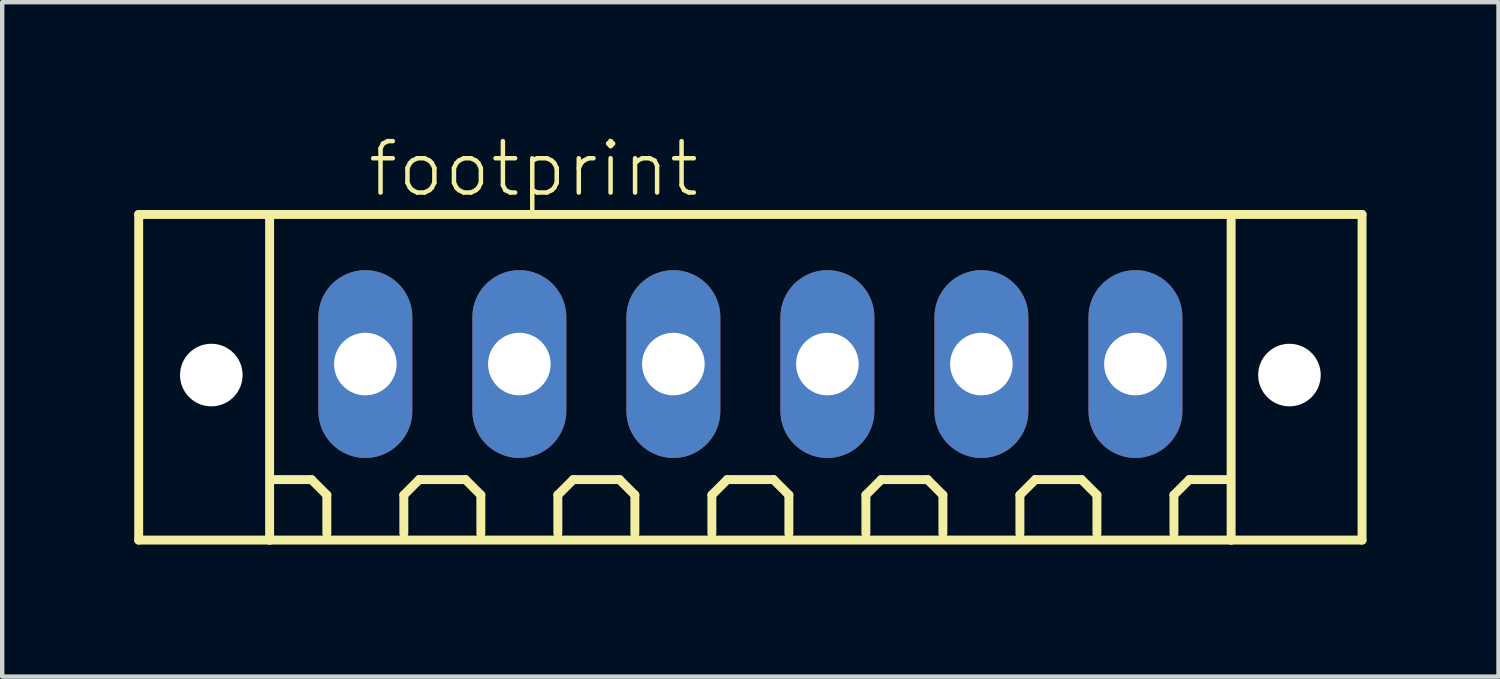
<source format=kicad_pcb>
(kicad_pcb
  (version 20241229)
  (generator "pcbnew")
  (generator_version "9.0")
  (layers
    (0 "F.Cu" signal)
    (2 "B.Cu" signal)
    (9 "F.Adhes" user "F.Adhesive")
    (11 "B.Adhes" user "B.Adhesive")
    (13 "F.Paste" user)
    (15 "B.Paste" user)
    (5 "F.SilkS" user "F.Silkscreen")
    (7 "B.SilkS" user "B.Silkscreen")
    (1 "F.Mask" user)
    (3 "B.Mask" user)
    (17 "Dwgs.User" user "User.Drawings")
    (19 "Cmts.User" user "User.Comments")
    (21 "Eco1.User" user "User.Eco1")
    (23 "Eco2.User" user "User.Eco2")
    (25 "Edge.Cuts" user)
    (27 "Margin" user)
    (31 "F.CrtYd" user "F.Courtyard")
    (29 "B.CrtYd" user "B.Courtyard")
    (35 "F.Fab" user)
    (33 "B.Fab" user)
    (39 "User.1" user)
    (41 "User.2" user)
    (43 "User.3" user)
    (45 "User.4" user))
  (footprint "footprint"
    (layer "F.Cu")
    (at 14.002 5.223)
    (property "Reference" "footprint" (at -8.75 -3.75 0) (layer "F.SilkS") (effects (font (size 1.168 1.168) (thickness 0.102)) (justify left bottom)))
    (fp_line (start -13.9 -3.4) (end -10.925 -3.4) (stroke (width 0.203) (type solid)) (layer "F.SilkS"))
    (fp_line (start -13.9 4) (end -13.9 -3.4) (stroke (width 0.203) (type solid)) (layer "F.SilkS"))
    (fp_line (start -10.925 -3.4) (end 10.925 -3.4) (stroke (width 0.203) (type solid)) (layer "F.SilkS"))
    (fp_line (start -10.925 4) (end -13.9 4) (stroke (width 0.203) (type solid)) (layer "F.SilkS"))
    (fp_line (start -10.925 4) (end -10.925 -3.4) (stroke (width 0.203) (type solid)) (layer "F.SilkS"))
    (fp_line (start -9.975 2.625) (end -10.85 2.625) (stroke (width 0.203) (type solid)) (layer "F.SilkS"))
    (fp_line (start -9.625 2.975) (end -9.975 2.625) (stroke (width 0.203) (type solid)) (layer "F.SilkS"))
    (fp_line (start -9.625 3.85) (end -9.625 2.975) (stroke (width 0.203) (type solid)) (layer "F.SilkS"))
    (fp_line (start -7.875 2.975) (end -7.525 2.625) (stroke (width 0.203) (type solid)) (layer "F.SilkS"))
    (fp_line (start -7.875 3.85) (end -7.875 2.975) (stroke (width 0.203) (type solid)) (layer "F.SilkS"))
    (fp_line (start -7.525 2.625) (end -6.475 2.625) (stroke (width 0.203) (type solid)) (layer "F.SilkS"))
    (fp_line (start -6.475 2.625) (end -6.125 2.975) (stroke (width 0.203) (type solid)) (layer "F.SilkS"))
    (fp_line (start -6.125 2.975) (end -6.125 3.85) (stroke (width 0.203) (type solid)) (layer "F.SilkS"))
    (fp_line (start -4.375 2.975) (end -4.025 2.625) (stroke (width 0.203) (type solid)) (layer "F.SilkS"))
    (fp_line (start -4.375 3.85) (end -4.375 2.975) (stroke (width 0.203) (type solid)) (layer "F.SilkS"))
    (fp_line (start -4.025 2.625) (end -2.975 2.625) (stroke (width 0.203) (type solid)) (layer "F.SilkS"))
    (fp_line (start -2.975 2.625) (end -2.625 2.975) (stroke (width 0.203) (type solid)) (layer "F.SilkS"))
    (fp_line (start -2.625 2.975) (end -2.625 3.85) (stroke (width 0.203) (type solid)) (layer "F.SilkS"))
    (fp_line (start -0.875 2.975) (end -0.525 2.625) (stroke (width 0.203) (type solid)) (layer "F.SilkS"))
    (fp_line (start -0.875 3.85) (end -0.875 2.975) (stroke (width 0.203) (type solid)) (layer "F.SilkS"))
    (fp_line (start -0.525 2.625) (end 0.525 2.625) (stroke (width 0.203) (type solid)) (layer "F.SilkS"))
    (fp_line (start 0.525 2.625) (end 0.875 2.975) (stroke (width 0.203) (type solid)) (layer "F.SilkS"))
    (fp_line (start 0.875 2.975) (end 0.875 3.85) (stroke (width 0.203) (type solid)) (layer "F.SilkS"))
    (fp_line (start 2.625 2.975) (end 2.975 2.625) (stroke (width 0.203) (type solid)) (layer "F.SilkS"))
    (fp_line (start 2.625 3.85) (end 2.625 2.975) (stroke (width 0.203) (type solid)) (layer "F.SilkS"))
    (fp_line (start 2.975 2.625) (end 4.025 2.625) (stroke (width 0.203) (type solid)) (layer "F.SilkS"))
    (fp_line (start 4.025 2.625) (end 4.375 2.975) (stroke (width 0.203) (type solid)) (layer "F.SilkS"))
    (fp_line (start 4.375 2.975) (end 4.375 3.85) (stroke (width 0.203) (type solid)) (layer "F.SilkS"))
    (fp_line (start 6.125 2.975) (end 6.475 2.625) (stroke (width 0.203) (type solid)) (layer "F.SilkS"))
    (fp_line (start 6.125 3.85) (end 6.125 2.975) (stroke (width 0.203) (type solid)) (layer "F.SilkS"))
    (fp_line (start 6.475 2.625) (end 7.525 2.625) (stroke (width 0.203) (type solid)) (layer "F.SilkS"))
    (fp_line (start 7.525 2.625) (end 7.875 2.975) (stroke (width 0.203) (type solid)) (layer "F.SilkS"))
    (fp_line (start 7.875 2.975) (end 7.875 3.85) (stroke (width 0.203) (type solid)) (layer "F.SilkS"))
    (fp_line (start 9.625 2.975) (end 9.975 2.625) (stroke (width 0.203) (type solid)) (layer "F.SilkS"))
    (fp_line (start 9.625 3.85) (end 9.625 2.975) (stroke (width 0.203) (type solid)) (layer "F.SilkS"))
    (fp_line (start 9.975 2.625) (end 10.85 2.625) (stroke (width 0.203) (type solid)) (layer "F.SilkS"))
    (fp_line (start 10.925 -3.4) (end 10.925 4) (stroke (width 0.203) (type solid)) (layer "F.SilkS"))
    (fp_line (start 10.925 -3.4) (end 13.9 -3.4) (stroke (width 0.203) (type solid)) (layer "F.SilkS"))
    (fp_line (start 10.925 4) (end -10.925 4) (stroke (width 0.203) (type solid)) (layer "F.SilkS"))
    (fp_line (start 13.9 -3.4) (end 13.9 4) (stroke (width 0.203) (type solid)) (layer "F.SilkS"))
    (fp_line (start 13.9 4) (end 10.925 4) (stroke (width 0.203) (type solid)) (layer "F.SilkS"))
    (pad "" np_thru_hole circle (at -12.25 0.25) (size 1.422 1.422) (drill 1.422) (layers "*.Cu" "*.Mask"))
    (pad "" np_thru_hole circle (at 12.25 0.25) (size 1.422 1.422) (drill 1.422) (layers "*.Cu" "*.Mask"))
    (pad "1" thru_hole oval (at -8.75 0 90) (size 4.267 2.134) (drill 1.422) (layers "*.Cu" "*.Mask"))
    (pad "2" thru_hole oval (at -5.25 0 90) (size 4.267 2.134) (drill 1.422) (layers "*.Cu" "*.Mask"))
    (pad "3" thru_hole oval (at -1.75 0 90) (size 4.267 2.134) (drill 1.422) (layers "*.Cu" "*.Mask"))
    (pad "4" thru_hole oval (at 1.75 0 90) (size 4.267 2.134) (drill 1.422) (layers "*.Cu" "*.Mask"))
    (pad "5" thru_hole oval (at 5.25 0 90) (size 4.267 2.134) (drill 1.422) (layers "*.Cu" "*.Mask"))
    (pad "6" thru_hole oval (at 8.75 0 90) (size 4.267 2.134) (drill 1.422) (layers "*.Cu" "*.Mask")))
  (gr_rect
    (start -3 -3)
    (end 31.003 12.325)
    (stroke (width 0.1) (type default))
    (fill no)
    (layer "Edge.Cuts")))
</source>
